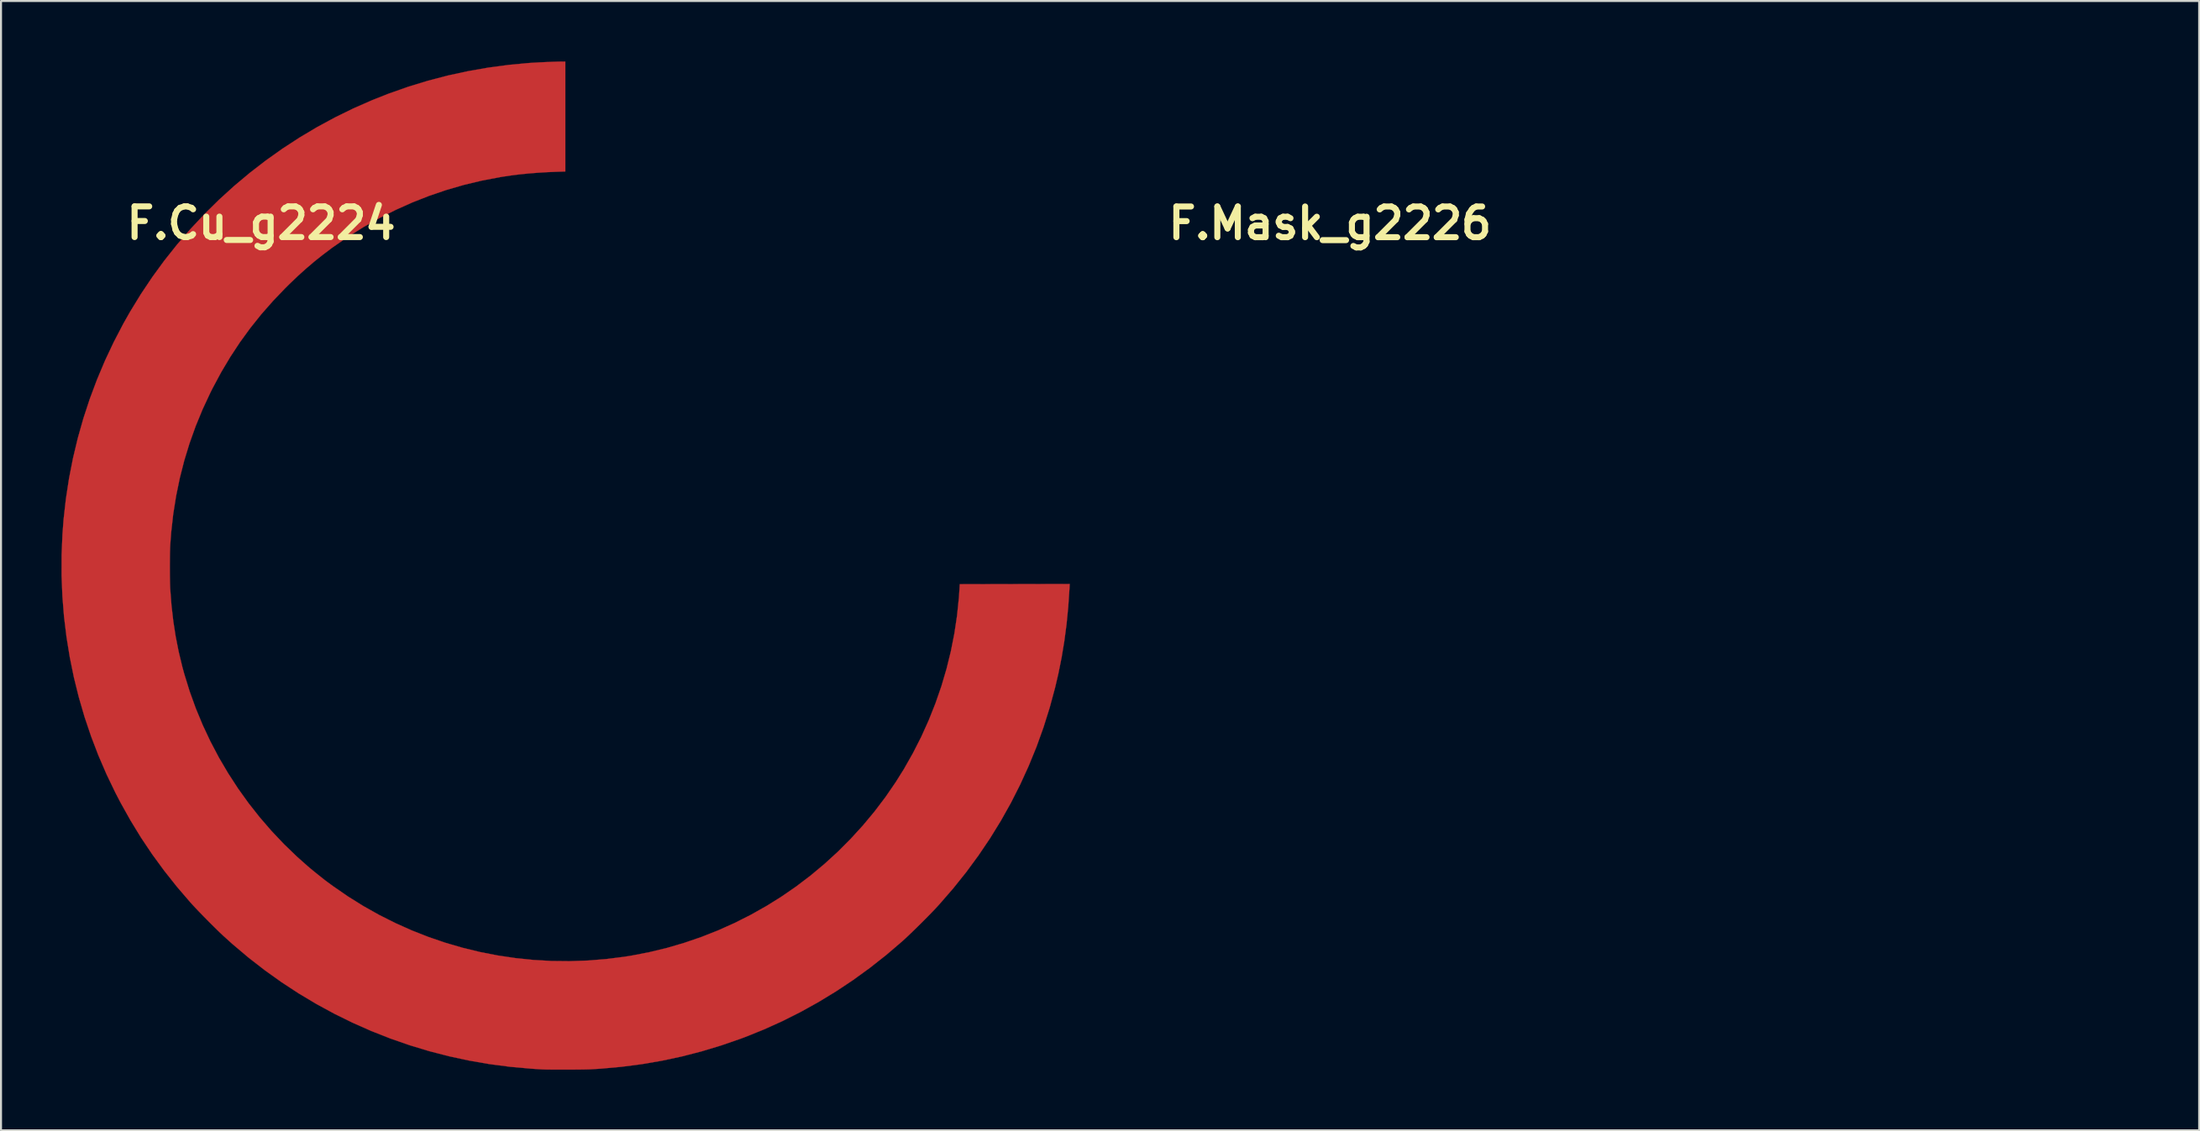
<source format=kicad_pcb>
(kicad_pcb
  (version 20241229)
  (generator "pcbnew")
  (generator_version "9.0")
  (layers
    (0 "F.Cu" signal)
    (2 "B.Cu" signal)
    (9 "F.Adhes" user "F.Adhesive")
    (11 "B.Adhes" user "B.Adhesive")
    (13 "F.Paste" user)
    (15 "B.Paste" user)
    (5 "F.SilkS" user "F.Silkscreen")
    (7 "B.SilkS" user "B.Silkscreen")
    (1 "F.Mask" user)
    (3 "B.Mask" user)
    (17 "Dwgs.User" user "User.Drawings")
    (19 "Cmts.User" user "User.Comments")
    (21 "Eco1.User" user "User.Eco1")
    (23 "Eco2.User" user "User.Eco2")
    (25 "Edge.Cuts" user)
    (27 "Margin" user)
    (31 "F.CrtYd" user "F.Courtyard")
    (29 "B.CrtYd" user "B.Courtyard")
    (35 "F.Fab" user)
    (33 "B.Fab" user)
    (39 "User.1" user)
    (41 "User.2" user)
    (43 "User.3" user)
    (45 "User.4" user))
  (footprint "F.Cu_g2224"
    (layer "F.Cu")
    (at 9.904 8.027)
    (property "Reference" "F.Cu_g2224" (at 0 0 0) (layer "F.SilkS") (effects (font (size 1.524 1.524) (thickness 0.3))))
    (attr through_hole)
    (fp_poly (pts (xy 15.092 -2.566) (xy 14.716 -2.553) (xy 14.202 -2.532) (xy 13.722 -2.503) (xy 13.267 -2.467) (xy 12.83 -2.423) (xy 12.4 -2.369) (xy 11.972 -2.305) (xy 11.847 -2.284) (xy 10.952 -2.114) (xy 10.07 -1.903) (xy 9.201 -1.652) (xy 8.346 -1.361) (xy 7.505 -1.031) (xy 6.681 -0.662) (xy 5.873 -0.255) (xy 5.082 0.191) (xy 4.31 0.674) (xy 3.558 1.195) (xy 3.503 1.235) (xy 3.062 1.567) (xy 2.641 1.903) (xy 2.232 2.251) (xy 1.825 2.618) (xy 1.412 3.012) (xy 1.206 3.216) (xy 0.586 3.864) (xy 0.004 4.527) (xy -0.541 5.209) (xy -1.053 5.913) (xy -1.532 6.642) (xy -1.982 7.397) (xy -2.403 8.183) (xy -2.519 8.414) (xy -2.903 9.238) (xy -3.247 10.074) (xy -3.55 10.922) (xy -3.813 11.781) (xy -4.035 12.653) (xy -4.217 13.538) (xy -4.36 14.436) (xy -4.462 15.348) (xy -4.508 15.97) (xy -4.515 16.122) (xy -4.521 16.307) (xy -4.525 16.52) (xy -4.527 16.75) (xy -4.529 16.991) (xy -4.528 17.235) (xy -4.527 17.473) (xy -4.523 17.697) (xy -4.519 17.901) (xy -4.513 18.075) (xy -4.508 18.167) (xy -4.446 18.976) (xy -4.356 19.758) (xy -4.238 20.519) (xy -4.09 21.267) (xy -3.912 22.007) (xy -3.811 22.378) (xy -3.545 23.238) (xy -3.24 24.083) (xy -2.896 24.913) (xy -2.514 25.725) (xy -2.096 26.52) (xy -1.641 27.294) (xy -1.152 28.048) (xy -0.629 28.779) (xy -0.072 29.486) (xy 0.518 30.169) (xy 1.138 30.824) (xy 1.79 31.452) (xy 2.316 31.919) (xy 2.425 32.012) (xy 2.54 32.107) (xy 2.666 32.21) (xy 2.809 32.325) (xy 2.974 32.456) (xy 3.164 32.607) (xy 3.21 32.641) (xy 3.282 32.695) (xy 3.373 32.762) (xy 3.475 32.837) (xy 3.556 32.896) (xy 4.302 33.412) (xy 5.068 33.89) (xy 5.852 34.331) (xy 6.653 34.734) (xy 7.47 35.1) (xy 8.301 35.427) (xy 9.146 35.716) (xy 10.002 35.965) (xy 10.868 36.176) (xy 11.744 36.346) (xy 12.628 36.477) (xy 13.518 36.568) (xy 14.413 36.619) (xy 15.312 36.628) (xy 16.213 36.597) (xy 17.116 36.524) (xy 18.019 36.41) (xy 18.381 36.352) (xy 19.259 36.182) (xy 20.13 35.972) (xy 20.99 35.72) (xy 21.84 35.429) (xy 22.676 35.099) (xy 23.497 34.73) (xy 24.301 34.324) (xy 25.086 33.881) (xy 25.802 33.434) (xy 26.542 32.924) (xy 27.258 32.38) (xy 27.949 31.803) (xy 28.614 31.195) (xy 29.25 30.557) (xy 29.857 29.892) (xy 30.433 29.2) (xy 30.976 28.483) (xy 31.484 27.743) (xy 31.891 27.093) (xy 32.338 26.303) (xy 32.749 25.496) (xy 33.121 24.672) (xy 33.454 23.834) (xy 33.749 22.983) (xy 34.004 22.12) (xy 34.219 21.247) (xy 34.393 20.366) (xy 34.526 19.478) (xy 34.618 18.586) (xy 34.645 18.182) (xy 34.66 17.918) (xy 40.115 17.907) (xy 40.101 18.166) (xy 40.042 19.051) (xy 39.958 19.908) (xy 39.848 20.743) (xy 39.712 21.563) (xy 39.549 22.374) (xy 39.391 23.047) (xy 39.122 24.044) (xy 38.814 25.024) (xy 38.468 25.987) (xy 38.082 26.932) (xy 37.659 27.859) (xy 37.199 28.768) (xy 36.7 29.657) (xy 36.165 30.527) (xy 35.593 31.375) (xy 34.985 32.203) (xy 34.34 33.009) (xy 33.66 33.793) (xy 33.545 33.92) (xy 33.414 34.06) (xy 33.26 34.221) (xy 33.087 34.398) (xy 32.902 34.585) (xy 32.71 34.777) (xy 32.516 34.968) (xy 32.327 35.152) (xy 32.148 35.324) (xy 31.984 35.479) (xy 31.842 35.61) (xy 31.792 35.654) (xy 31.006 36.326) (xy 30.197 36.963) (xy 29.366 37.566) (xy 28.514 38.132) (xy 27.643 38.662) (xy 26.754 39.155) (xy 25.848 39.61) (xy 24.926 40.026) (xy 23.989 40.403) (xy 23.782 40.48) (xy 22.819 40.813) (xy 21.851 41.105) (xy 20.875 41.357) (xy 19.891 41.568) (xy 18.897 41.739) (xy 17.889 41.87) (xy 16.867 41.963) (xy 16.362 41.994) (xy 16.259 41.998) (xy 16.121 42.002) (xy 15.952 42.005) (xy 15.761 42.007) (xy 15.552 42.009) (xy 15.332 42.01) (xy 15.107 42.011) (xy 14.884 42.011) (xy 14.669 42.011) (xy 14.469 42.01) (xy 14.289 42.008) (xy 14.135 42.006) (xy 14.015 42.002) (xy 13.981 42.001) (xy 13.914 41.998) (xy 13.815 41.992) (xy 13.691 41.984) (xy 13.551 41.975) (xy 13.405 41.965) (xy 13.367 41.962) (xy 12.341 41.87) (xy 11.325 41.737) (xy 10.318 41.562) (xy 9.323 41.348) (xy 8.339 41.094) (xy 7.369 40.8) (xy 6.412 40.467) (xy 5.47 40.096) (xy 4.544 39.686) (xy 3.635 39.239) (xy 2.743 38.754) (xy 1.87 38.232) (xy 1.017 37.674) (xy 0.185 37.08) (xy -0.626 36.45) (xy -1.414 35.785) (xy -1.861 35.382) (xy -2.003 35.249) (xy -2.166 35.092) (xy -2.344 34.917) (xy -2.532 34.73) (xy -2.723 34.537) (xy -2.912 34.344) (xy -3.093 34.157) (xy -3.26 33.981) (xy -3.407 33.824) (xy -3.512 33.708) (xy -4.179 32.931) (xy -4.807 32.138) (xy -5.399 31.329) (xy -5.955 30.499) (xy -6.477 29.646) (xy -6.968 28.768) (xy -7.228 28.268) (xy -7.67 27.349) (xy -8.073 26.414) (xy -8.436 25.464) (xy -8.76 24.502) (xy -9.044 23.527) (xy -9.288 22.542) (xy -9.491 21.547) (xy -9.654 20.544) (xy -9.777 19.534) (xy -9.858 18.518) (xy -9.899 17.496) (xy -9.898 16.472) (xy -9.855 15.444) (xy -9.799 14.7) (xy -9.684 13.679) (xy -9.529 12.666) (xy -9.332 11.663) (xy -9.095 10.67) (xy -8.817 9.688) (xy -8.499 8.719) (xy -8.141 7.763) (xy -7.744 6.82) (xy -7.307 5.893) (xy -6.832 4.982) (xy -6.497 4.391) (xy -5.964 3.52) (xy -5.397 2.673) (xy -4.798 1.852) (xy -4.166 1.057) (xy -3.503 0.289) (xy -2.811 -0.451) (xy -2.09 -1.162) (xy -1.342 -1.843) (xy -0.567 -2.493) (xy 0.234 -3.112) (xy 1.059 -3.698) (xy 1.908 -4.251) (xy 2.778 -4.769) (xy 3.671 -5.252) (xy 4.583 -5.699) (xy 5.514 -6.108) (xy 6.33 -6.43) (xy 7.297 -6.771) (xy 8.276 -7.07) (xy 9.264 -7.328) (xy 10.264 -7.545) (xy 11.275 -7.722) (xy 12.297 -7.858) (xy 13.25 -7.947) (xy 13.393 -7.957) (xy 13.563 -7.967) (xy 13.753 -7.978) (xy 13.954 -7.988) (xy 14.159 -7.997) (xy 14.36 -8.005) (xy 14.548 -8.012) (xy 14.717 -8.018) (xy 14.858 -8.021) (xy 14.949 -8.022) (xy 15.092 -8.022) (xy 15.092 -2.566)) (stroke (width 0.01) (type solid)) (fill yes) (layer "F.Cu")))
  (footprint "F.Mask_g2226"
    (layer "F.Cu")
    (at 62.931 8.033)
    (property "Reference" "F.Mask_g2226" (at 0 0 0) (layer "F.SilkS") (effects (font (size 1.524 1.524) (thickness 0.3))))
    (attr through_hole)
    (fp_poly (pts (xy 15.092 -2.566) (xy 14.737 -2.553) (xy 14.284 -2.534) (xy 13.866 -2.512) (xy 13.477 -2.484) (xy 13.11 -2.452) (xy 12.758 -2.414) (xy 12.414 -2.371) (xy 12.407 -2.37) (xy 11.508 -2.224) (xy 10.62 -2.039) (xy 9.745 -1.813) (xy 8.884 -1.548) (xy 8.038 -1.244) (xy 7.208 -0.902) (xy 6.395 -0.522) (xy 5.6 -0.105) (xy 4.824 0.349) (xy 4.069 0.839) (xy 3.335 1.365) (xy 2.623 1.926) (xy 1.935 2.522) (xy 1.271 3.151) (xy 1.226 3.195) (xy 0.597 3.853) (xy 0.004 4.529) (xy -0.552 5.226) (xy -1.074 5.947) (xy -1.562 6.692) (xy -2.018 7.463) (xy -2.443 8.262) (xy -2.529 8.435) (xy -2.912 9.261) (xy -3.255 10.1) (xy -3.558 10.952) (xy -3.82 11.816) (xy -4.042 12.694) (xy -4.224 13.584) (xy -4.365 14.486) (xy -4.465 15.4) (xy -4.508 15.991) (xy -4.515 16.144) (xy -4.521 16.331) (xy -4.525 16.544) (xy -4.527 16.775) (xy -4.528 17.016) (xy -4.528 17.258) (xy -4.526 17.495) (xy -4.523 17.717) (xy -4.518 17.917) (xy -4.512 18.086) (xy -4.508 18.15) (xy -4.444 18.982) (xy -4.351 19.789) (xy -4.226 20.575) (xy -4.071 21.347) (xy -3.965 21.791) (xy -3.725 22.664) (xy -3.445 23.524) (xy -3.125 24.368) (xy -2.767 25.196) (xy -2.371 26.007) (xy -1.937 26.8) (xy -1.465 27.574) (xy -0.957 28.328) (xy -0.412 29.062) (xy -0.116 29.432) (xy 0.307 29.931) (xy 0.763 30.43) (xy 1.243 30.922) (xy 1.737 31.398) (xy 2.238 31.849) (xy 2.513 32.083) (xy 3.222 32.646) (xy 3.954 33.175) (xy 4.709 33.669) (xy 5.485 34.128) (xy 6.28 34.551) (xy 7.093 34.936) (xy 7.923 35.284) (xy 8.766 35.592) (xy 9.622 35.861) (xy 10.435 36.077) (xy 11.322 36.269) (xy 12.215 36.421) (xy 13.113 36.531) (xy 14.013 36.6) (xy 14.915 36.628) (xy 15.816 36.614) (xy 16.715 36.56) (xy 17.611 36.465) (xy 18.501 36.329) (xy 19.384 36.152) (xy 20.259 35.934) (xy 21.124 35.676) (xy 21.167 35.662) (xy 22.017 35.361) (xy 22.852 35.022) (xy 23.672 34.644) (xy 24.473 34.228) (xy 25.255 33.777) (xy 26.015 33.29) (xy 26.752 32.768) (xy 27.465 32.213) (xy 28.141 31.634) (xy 28.275 31.512) (xy 28.43 31.366) (xy 28.6 31.202) (xy 28.778 31.029) (xy 28.956 30.852) (xy 29.127 30.679) (xy 29.285 30.517) (xy 29.423 30.373) (xy 29.452 30.342) (xy 30.05 29.665) (xy 30.616 28.963) (xy 31.149 28.236) (xy 31.647 27.486) (xy 32.11 26.714) (xy 32.537 25.923) (xy 32.927 25.112) (xy 33.281 24.285) (xy 33.595 23.442) (xy 33.871 22.585) (xy 34.107 21.716) (xy 34.277 20.966) (xy 34.361 20.527) (xy 34.437 20.073) (xy 34.504 19.615) (xy 34.56 19.162) (xy 34.604 18.725) (xy 34.635 18.315) (xy 34.642 18.197) (xy 34.656 17.907) (xy 40.116 17.907) (xy 40.102 18.156) (xy 40.074 18.614) (xy 40.044 19.04) (xy 40.009 19.44) (xy 39.969 19.825) (xy 39.924 20.203) (xy 39.872 20.583) (xy 39.813 20.973) (xy 39.794 21.093) (xy 39.607 22.103) (xy 39.38 23.101) (xy 39.113 24.087) (xy 38.805 25.06) (xy 38.457 26.019) (xy 38.069 26.965) (xy 37.642 27.897) (xy 37.453 28.279) (xy 36.973 29.182) (xy 36.457 30.064) (xy 35.906 30.923) (xy 35.321 31.758) (xy 34.703 32.568) (xy 34.053 33.352) (xy 33.372 34.109) (xy 32.661 34.838) (xy 31.921 35.538) (xy 31.153 36.208) (xy 30.358 36.846) (xy 29.537 37.452) (xy 28.69 38.024) (xy 27.951 38.485) (xy 27.054 38.997) (xy 26.143 39.469) (xy 25.217 39.902) (xy 24.276 40.295) (xy 23.321 40.649) (xy 22.353 40.962) (xy 21.371 41.236) (xy 20.375 41.469) (xy 19.367 41.662) (xy 18.346 41.815) (xy 17.312 41.928) (xy 16.372 41.994) (xy 16.244 41.999) (xy 16.081 42.004) (xy 15.888 42.007) (xy 15.672 42.01) (xy 15.441 42.011) (xy 15.199 42.012) (xy 14.955 42.012) (xy 14.714 42.011) (xy 14.483 42.009) (xy 14.268 42.006) (xy 14.076 42.002) (xy 13.914 41.997) (xy 13.79 41.992) (xy 12.75 41.914) (xy 11.721 41.795) (xy 10.704 41.635) (xy 9.698 41.435) (xy 8.705 41.195) (xy 7.725 40.915) (xy 6.759 40.595) (xy 5.807 40.236) (xy 4.87 39.837) (xy 3.948 39.399) (xy 3.042 38.922) (xy 2.153 38.406) (xy 1.281 37.852) (xy 1.132 37.752) (xy 0.541 37.342) (xy -0.026 36.925) (xy -0.573 36.497) (xy -1.108 36.053) (xy -1.637 35.586) (xy -2.165 35.092) (xy -2.699 34.566) (xy -2.89 34.372) (xy -3.554 33.662) (xy -4.193 32.919) (xy -4.805 32.146) (xy -5.389 31.345) (xy -5.942 30.52) (xy -6.463 29.672) (xy -6.951 28.805) (xy -7.403 27.921) (xy -7.819 27.021) (xy -8.135 26.266) (xy -8.495 25.303) (xy -8.815 24.329) (xy -9.094 23.345) (xy -9.331 22.352) (xy -9.528 21.35) (xy -9.684 20.34) (xy -9.798 19.323) (xy -9.871 18.3) (xy -9.902 17.271) (xy -9.892 16.238) (xy -9.84 15.201) (xy -9.767 14.362) (xy -9.684 13.663) (xy -9.576 12.942) (xy -9.444 12.21) (xy -9.396 11.966) (xy -9.171 10.969) (xy -8.906 9.984) (xy -8.601 9.013) (xy -8.257 8.055) (xy -7.874 7.113) (xy -7.453 6.187) (xy -6.994 5.279) (xy -6.498 4.389) (xy -5.966 3.519) (xy -5.397 2.67) (xy -4.793 1.844) (xy -4.154 1.04) (xy -4.114 0.993) (xy -3.565 0.358) (xy -2.984 -0.27) (xy -2.379 -0.883) (xy -1.758 -1.472) (xy -1.129 -2.03) (xy -0.906 -2.218) (xy -0.114 -2.851) (xy 0.702 -3.451) (xy 1.541 -4.017) (xy 2.401 -4.549) (xy 3.28 -5.046) (xy 4.176 -5.506) (xy 5.087 -5.928) (xy 6.013 -6.312) (xy 6.949 -6.657) (xy 7.896 -6.961) (xy 8.092 -7.019) (xy 8.879 -7.234) (xy 9.655 -7.421) (xy 10.427 -7.58) (xy 11.202 -7.714) (xy 11.986 -7.823) (xy 12.786 -7.908) (xy 13.608 -7.969) (xy 14.46 -8.009) (xy 14.6 -8.013) (xy 15.092 -8.028) (xy 15.092 -2.566)) (stroke (width 0.01) (type solid)) (fill yes) (layer "F.Mask")))
  (gr_rect
    (start -3 -3)
    (end 106.052 53.05)
    (stroke (width 0.1) (type default))
    (fill no)
    (layer "Edge.Cuts")))
</source>
